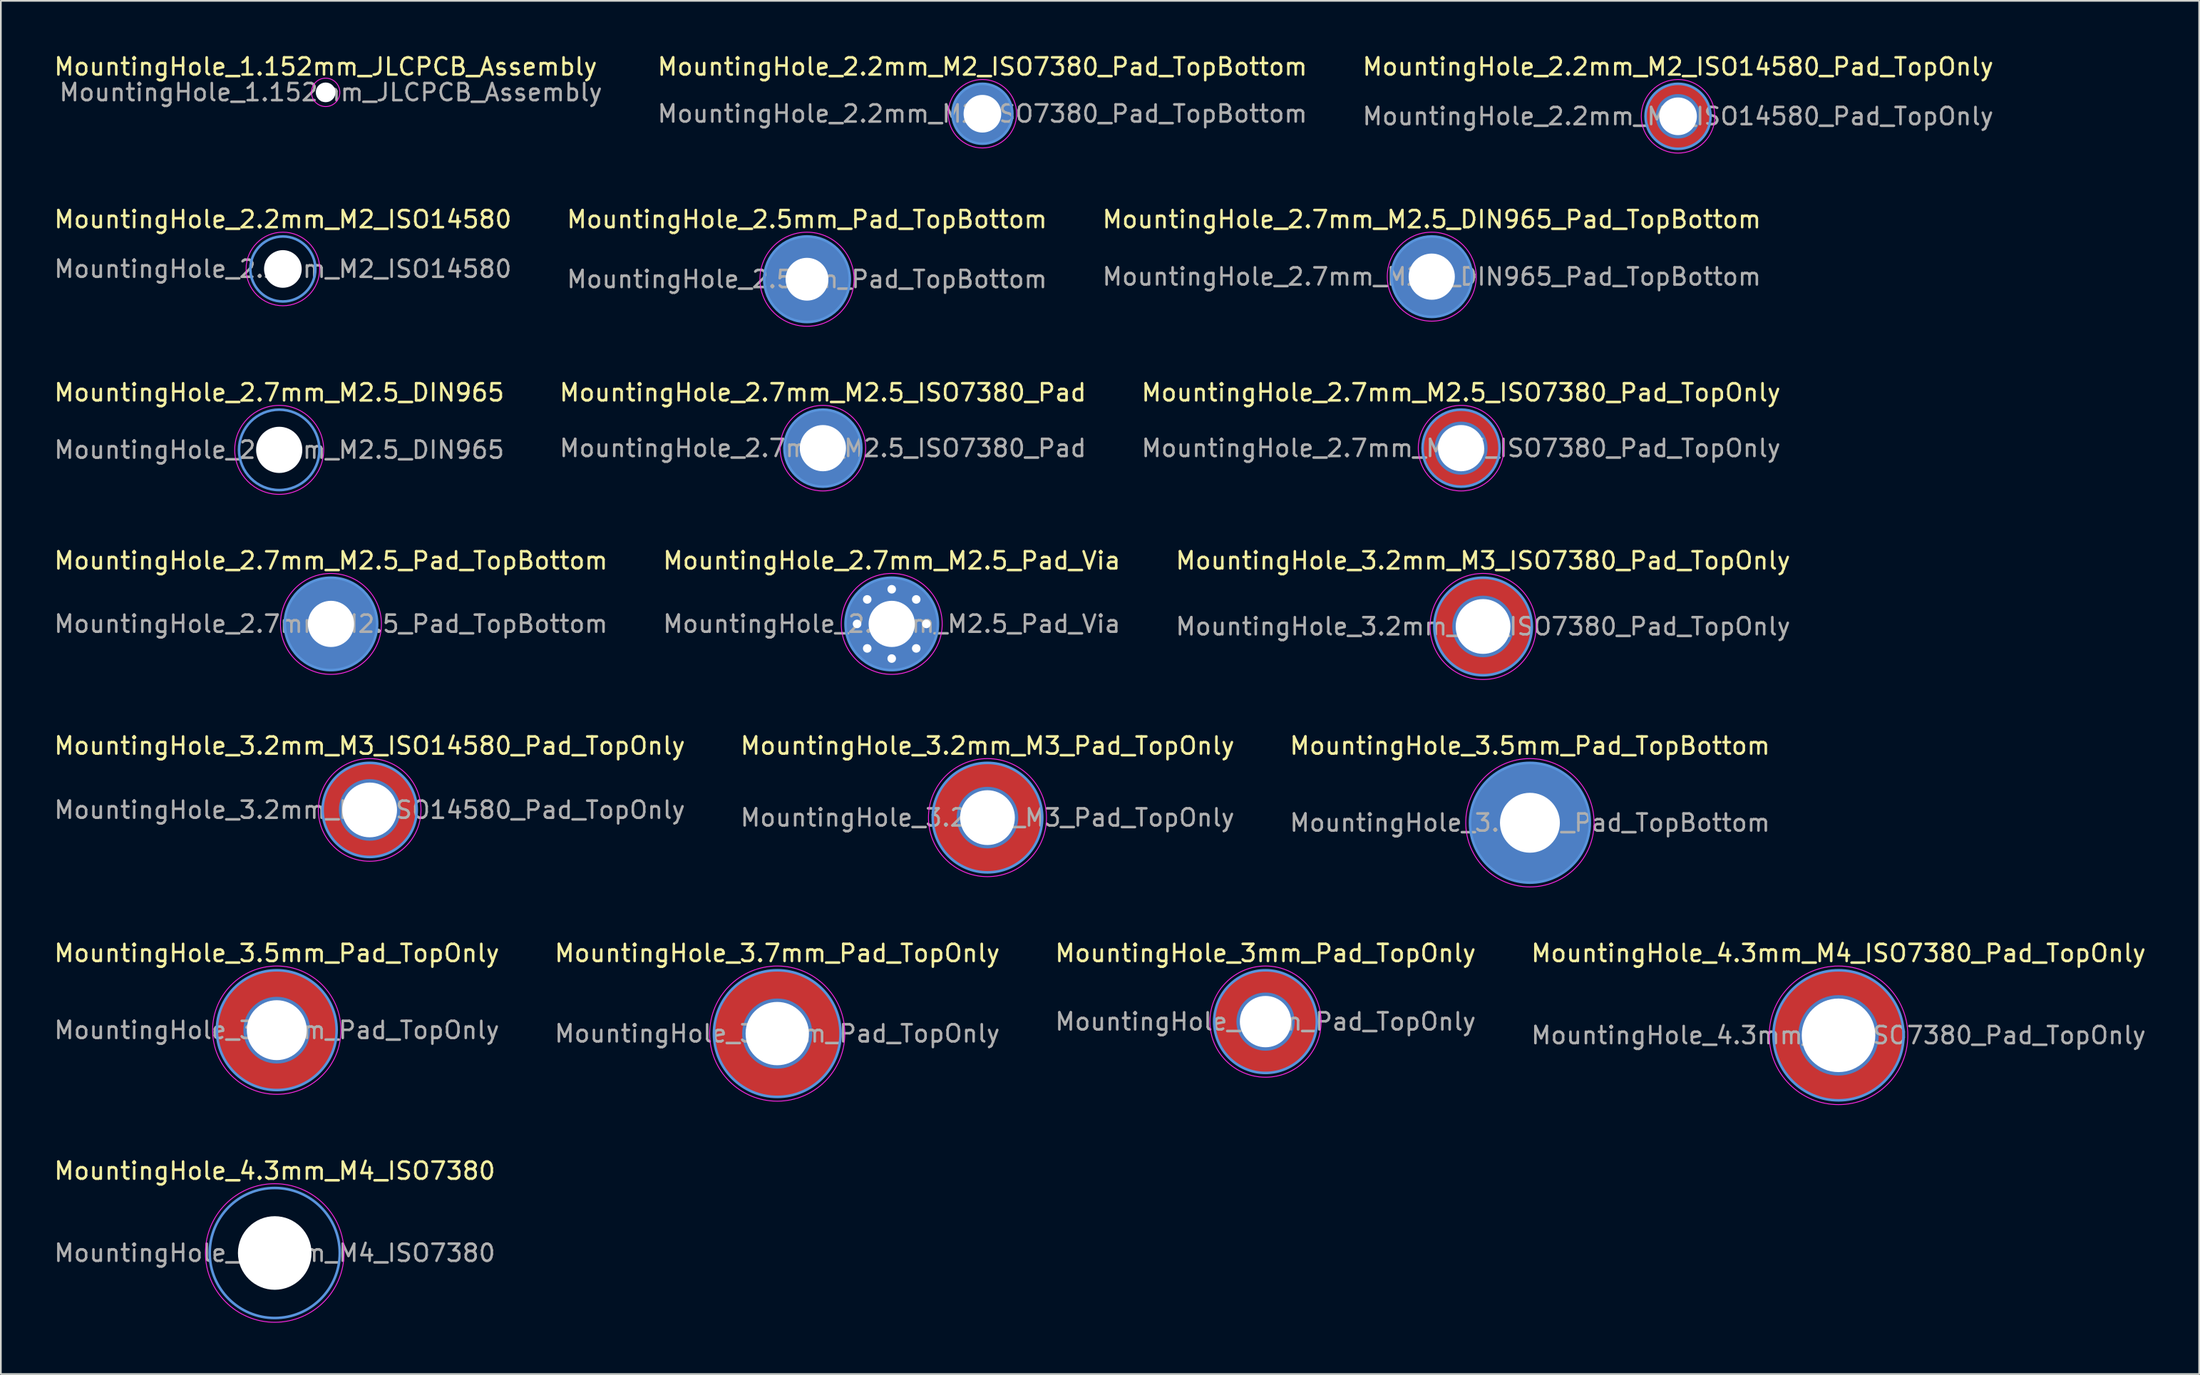
<source format=kicad_pcb>
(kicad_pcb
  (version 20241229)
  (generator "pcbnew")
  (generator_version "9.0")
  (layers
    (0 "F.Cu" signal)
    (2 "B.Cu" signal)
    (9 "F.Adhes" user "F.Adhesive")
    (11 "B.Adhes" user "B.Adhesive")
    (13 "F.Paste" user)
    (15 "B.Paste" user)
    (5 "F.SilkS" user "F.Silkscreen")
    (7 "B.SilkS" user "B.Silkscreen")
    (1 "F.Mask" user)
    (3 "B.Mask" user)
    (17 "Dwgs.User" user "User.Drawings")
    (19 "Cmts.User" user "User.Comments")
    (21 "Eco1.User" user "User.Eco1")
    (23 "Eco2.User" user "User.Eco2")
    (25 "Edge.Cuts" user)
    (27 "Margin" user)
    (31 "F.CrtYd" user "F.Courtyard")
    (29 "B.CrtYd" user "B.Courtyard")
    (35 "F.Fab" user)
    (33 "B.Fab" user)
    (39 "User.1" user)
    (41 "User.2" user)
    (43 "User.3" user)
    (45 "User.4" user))
  (footprint "MountingHole_2.7mm_M2.5_DIN965_Pad_TopBottom"
    (layer "F.Cu")
    (at 80.625 13.121)
    (property "Reference" "MountingHole_2.7mm_M2.5_DIN965_Pad_TopBottom" (at 0 -3.35 0) (layer "F.SilkS") (effects (font (size 1 1) (thickness 0.15))))
    (attr through_hole exclude_from_pos_files exclude_from_bom)
    (fp_circle (center 0 0) (end 2.35 0) (stroke (width 0.15) (type solid)) (fill no) (layer "Cmts.User"))
    (fp_circle (center 0 0) (end 2.6 0) (stroke (width 0.05) (type solid)) (fill no) (layer "F.CrtYd"))
    (fp_text user "${REFERENCE}" (at 0 0 0) (layer "F.Fab") (effects (font (size 1 1) (thickness 0.15))))
    (pad "" thru_hole circle (at 0 0) (size 3.1 3.1) (drill 2.7) (layers "*.Cu" "*.Mask"))
    (pad "" connect circle (at 0 0) (size 4.7 4.7) (layers "F.Cu" "F.Mask"))
    (pad "" connect circle (at 0 0) (size 4.7 4.7) (layers "B.Cu" "B.Mask")))
  (footprint "MountingHole_2.7mm_M2.5_Pad_TopBottom"
    (layer "F.Cu")
    (at 16.292 33.418)
    (property "Reference" "MountingHole_2.7mm_M2.5_Pad_TopBottom" (at 0 -3.7 0) (layer "F.SilkS") (effects (font (size 1 1) (thickness 0.15))))
    (attr exclude_from_pos_files exclude_from_bom)
    (fp_circle (center 0 0) (end 2.7 0) (stroke (width 0.15) (type solid)) (fill no) (layer "Cmts.User"))
    (fp_circle (center 0 0) (end 2.95 0) (stroke (width 0.05) (type solid)) (fill no) (layer "F.CrtYd"))
    (fp_text user "${REFERENCE}" (at 0 0 0) (layer "F.Fab") (effects (font (size 1 1) (thickness 0.15))))
    (pad "" thru_hole circle (at 0 0) (size 3.1 3.1) (drill 2.7) (layers "*.Cu" "*.Mask"))
    (pad "" connect circle (at 0 0) (size 5.4 5.4) (layers "F.Cu" "F.Mask"))
    (pad "" connect circle (at 0 0) (size 5.4 5.4) (layers "B.Cu" "B.Mask")))
  (footprint "MountingHole_3mm_Pad_TopOnly"
    (layer "F.Cu")
    (at 70.911 56.664)
    (property "Reference" "MountingHole_3mm_Pad_TopOnly" (at 0 -4 0) (layer "F.SilkS") (effects (font (size 1 1) (thickness 0.15))))
    (attr exclude_from_pos_files exclude_from_bom)
    (fp_circle (center 0 0) (end 3 0) (stroke (width 0.15) (type solid)) (fill no) (layer "Cmts.User"))
    (fp_circle (center 0 0) (end 3.25 0) (stroke (width 0.05) (type solid)) (fill no) (layer "F.CrtYd"))
    (fp_text user "${REFERENCE}" (at 0 0 0) (layer "F.Fab") (effects (font (size 1 1) (thickness 0.15))))
    (pad "1" thru_hole circle (at 0 0) (size 3.4 3.4) (drill 3) (layers "*.Cu" "*.Mask"))
    (pad "1" connect circle (at 0 0) (size 6 6) (layers "F.Cu" "F.Mask")))
  (footprint "MountingHole_2.2mm_M2_ISO14580_Pad_TopOnly"
    (layer "F.Cu")
    (at 95.02 3.748)
    (property "Reference" "MountingHole_2.2mm_M2_ISO14580_Pad_TopOnly" (at 0 -2.9 0) (layer "F.SilkS") (effects (font (size 1 1) (thickness 0.15))))
    (attr through_hole exclude_from_pos_files exclude_from_bom)
    (fp_circle (center 0 0) (end 1.9 0) (stroke (width 0.15) (type solid)) (fill no) (layer "Cmts.User"))
    (fp_circle (center 0 0) (end 2.15 0) (stroke (width 0.05) (type solid)) (fill no) (layer "F.CrtYd"))
    (fp_text user "${REFERENCE}" (at 0 0 0) (layer "F.Fab") (effects (font (size 1 1) (thickness 0.15))))
    (pad "" thru_hole circle (at 0 0) (size 2.6 2.6) (drill 2.2) (layers "*.Cu" "*.Mask"))
    (pad "" connect circle (at 0 0) (size 3.8 3.8) (layers "F.Cu" "F.Mask")))
  (footprint "MountingHole_3.7mm_Pad_TopOnly"
    (layer "F.Cu")
    (at 42.375 57.364)
    (property "Reference" "MountingHole_3.7mm_Pad_TopOnly" (at 0 -4.7 0) (layer "F.SilkS") (effects (font (size 1 1) (thickness 0.15))))
    (attr exclude_from_pos_files exclude_from_bom)
    (fp_circle (center 0 0) (end 3.7 0) (stroke (width 0.15) (type solid)) (fill no) (layer "Cmts.User"))
    (fp_circle (center 0 0) (end 3.95 0) (stroke (width 0.05) (type solid)) (fill no) (layer "F.CrtYd"))
    (fp_text user "${REFERENCE}" (at 0 0 0) (layer "F.Fab") (effects (font (size 1 1) (thickness 0.15))))
    (pad "" thru_hole circle (at 0 0) (size 4.1 4.1) (drill 3.7) (layers "*.Cu" "*.Mask"))
    (pad "" connect circle (at 0 0) (size 7.4 7.4) (layers "F.Cu" "F.Mask")))
  (footprint "MountingHole_3.2mm_M3_Pad_TopOnly"
    (layer "F.Cu")
    (at 54.661 44.741)
    (property "Reference" "MountingHole_3.2mm_M3_Pad_TopOnly" (at 0 -4.2 0) (layer "F.SilkS") (effects (font (size 1 1) (thickness 0.15))))
    (attr through_hole exclude_from_pos_files exclude_from_bom)
    (fp_circle (center 0 0) (end 3.2 0) (stroke (width 0.15) (type solid)) (fill no) (layer "Cmts.User"))
    (fp_circle (center 0 0) (end 3.45 0) (stroke (width 0.05) (type solid)) (fill no) (layer "F.CrtYd"))
    (fp_text user "${REFERENCE}" (at 0 0 0) (layer "F.Fab") (effects (font (size 1 1) (thickness 0.15))))
    (pad "" thru_hole circle (at 0 0) (size 3.6 3.6) (drill 3.2) (layers "*.Cu" "*.Mask"))
    (pad "" connect circle (at 0 0) (size 6.4 6.4) (layers "F.Cu" "F.Mask")))
  (footprint "MountingHole_3.2mm_M3_ISO14580_Pad_TopOnly"
    (layer "F.Cu")
    (at 18.554 44.291)
    (property "Reference" "MountingHole_3.2mm_M3_ISO14580_Pad_TopOnly" (at 0 -3.75 0) (layer "F.SilkS") (effects (font (size 1 1) (thickness 0.15))))
    (attr exclude_from_pos_files exclude_from_bom)
    (fp_circle (center 0 0) (end 2.75 0) (stroke (width 0.15) (type solid)) (fill no) (layer "Cmts.User"))
    (fp_circle (center 0 0) (end 3 0) (stroke (width 0.05) (type solid)) (fill no) (layer "F.CrtYd"))
    (fp_text user "${REFERENCE}" (at 0 0 0) (layer "F.Fab") (effects (font (size 1 1) (thickness 0.15))))
    (pad "" thru_hole circle (at 0 0) (size 3.6 3.6) (drill 3.2) (layers "*.Cu" "*.Mask"))
    (pad "" connect circle (at 0 0) (size 5.5 5.5) (layers "F.Cu" "F.Mask")))
  (footprint "MountingHole_4.3mm_M4_ISO7380_Pad_TopOnly"
    (layer "F.Cu")
    (at 104.399 57.465)
    (property "Reference" "MountingHole_4.3mm_M4_ISO7380_Pad_TopOnly" (at 0 -4.8 0) (layer "F.SilkS") (effects (font (size 1 1) (thickness 0.15))))
    (attr through_hole exclude_from_pos_files exclude_from_bom)
    (fp_circle (center 0 0) (end 3.8 0) (stroke (width 0.15) (type solid)) (fill no) (layer "Cmts.User"))
    (fp_circle (center 0 0) (end 4.05 0) (stroke (width 0.05) (type solid)) (fill no) (layer "F.CrtYd"))
    (fp_text user "${REFERENCE}" (at 0 0 0) (layer "F.Fab") (effects (font (size 1 1) (thickness 0.15))))
    (pad "" thru_hole circle (at 0 0) (size 4.7 4.7) (drill 4.3) (layers "*.Cu" "*.Mask"))
    (pad "" connect circle (at 0 0) (size 7.6 7.6) (layers "F.Cu" "F.Mask")))
  (footprint "MountingHole_2.7mm_M2.5_ISO7380_Pad"
    (layer "F.Cu")
    (at 45.042 23.145)
    (property "Reference" "MountingHole_2.7mm_M2.5_ISO7380_Pad" (at 0 -3.25 0) (layer "F.SilkS") (effects (font (size 1 1) (thickness 0.15))))
    (attr exclude_from_pos_files exclude_from_bom)
    (fp_circle (center 0 0) (end 2.25 0) (stroke (width 0.15) (type solid)) (fill no) (layer "Cmts.User"))
    (fp_circle (center 0 0) (end 2.5 0) (stroke (width 0.05) (type solid)) (fill no) (layer "F.CrtYd"))
    (fp_text user "${REFERENCE}" (at 0 0 0) (layer "F.Fab") (effects (font (size 1 1) (thickness 0.15))))
    (pad "1" thru_hole circle (at 0 0) (size 4.5 4.5) (drill 2.7) (layers "*.Cu" "*.Mask")))
  (footprint "MountingHole_2.2mm_M2_ISO7380_Pad_TopBottom"
    (layer "F.Cu")
    (at 54.365 3.598)
    (property "Reference" "MountingHole_2.2mm_M2_ISO7380_Pad_TopBottom" (at 0 -2.75 0) (layer "F.SilkS") (effects (font (size 1 1) (thickness 0.15))))
    (attr exclude_from_pos_files exclude_from_bom)
    (fp_circle (center 0 0) (end 1.75 0) (stroke (width 0.15) (type solid)) (fill no) (layer "Cmts.User"))
    (fp_circle (center 0 0) (end 2 0) (stroke (width 0.05) (type solid)) (fill no) (layer "F.CrtYd"))
    (fp_text user "${REFERENCE}" (at 0 0 0) (layer "F.Fab") (effects (font (size 1 1) (thickness 0.15))))
    (pad "" thru_hole circle (at 0 0) (size 2.6 2.6) (drill 2.2) (layers "*.Cu" "*.Mask"))
    (pad "" connect circle (at 0 0) (size 3.5 3.5) (layers "F.Cu" "F.Mask"))
    (pad "" connect circle (at 0 0) (size 3.5 3.5) (layers "B.Cu" "B.Mask")))
  (footprint "MountingHole_2.2mm_M2_ISO14580"
    (layer "F.Cu")
    (at 13.482 12.671)
    (property "Reference" "MountingHole_2.2mm_M2_ISO14580" (at 0 -2.9 0) (layer "F.SilkS") (effects (font (size 1 1) (thickness 0.15))))
    (attr exclude_from_pos_files exclude_from_bom)
    (fp_circle (center 0 0) (end 1.9 0) (stroke (width 0.15) (type solid)) (fill no) (layer "Cmts.User"))
    (fp_circle (center 0 0) (end 2.15 0) (stroke (width 0.05) (type solid)) (fill no) (layer "F.CrtYd"))
    (fp_text user "${REFERENCE}" (at 0 0 0) (layer "F.Fab") (effects (font (size 1 1) (thickness 0.15))))
    (pad "" np_thru_hole circle (at 0 0) (size 2.2 2.2) (drill 2.2) (layers "*.Cu" "*.Mask")))
  (footprint "MountingHole_2.7mm_M2.5_Pad_Via"
    (layer "F.Cu")
    (at 49.065 33.418)
    (property "Reference" "MountingHole_2.7mm_M2.5_Pad_Via" (at 0 -3.7 0) (layer "F.SilkS") (effects (font (size 1 1) (thickness 0.15))))
    (attr through_hole exclude_from_pos_files exclude_from_bom)
    (fp_circle (center 0 0) (end 2.7 0) (stroke (width 0.15) (type solid)) (fill no) (layer "Cmts.User"))
    (fp_circle (center 0 0) (end 2.95 0) (stroke (width 0.05) (type solid)) (fill no) (layer "F.CrtYd"))
    (fp_text user "${REFERENCE}" (at 0 0 0) (layer "F.Fab") (effects (font (size 1 1) (thickness 0.15))))
    (pad "" thru_hole circle (at -2.025 0) (size 0.8 0.8) (drill 0.5) (layers "*.Cu" "*.Mask"))
    (pad "" thru_hole circle (at -1.432 -1.432) (size 0.8 0.8) (drill 0.5) (layers "*.Cu" "*.Mask"))
    (pad "" thru_hole circle (at -1.432 1.432) (size 0.8 0.8) (drill 0.5) (layers "*.Cu" "*.Mask"))
    (pad "" thru_hole circle (at 0 -2.025) (size 0.8 0.8) (drill 0.5) (layers "*.Cu" "*.Mask"))
    (pad "" thru_hole circle (at 0 0) (size 5.4 5.4) (drill 2.7) (layers "*.Cu" "*.Mask"))
    (pad "" thru_hole circle (at 0 2.025) (size 0.8 0.8) (drill 0.5) (layers "*.Cu" "*.Mask"))
    (pad "" thru_hole circle (at 1.432 -1.432) (size 0.8 0.8) (drill 0.5) (layers "*.Cu" "*.Mask"))
    (pad "" thru_hole circle (at 1.432 1.432) (size 0.8 0.8) (drill 0.5) (layers "*.Cu" "*.Mask"))
    (pad "" thru_hole circle (at 2.025 0) (size 0.8 0.8) (drill 0.5) (layers "*.Cu" "*.Mask")))
  (footprint "MountingHole_3.5mm_Pad_TopBottom"
    (layer "F.Cu")
    (at 86.363 45.041)
    (property "Reference" "MountingHole_3.5mm_Pad_TopBottom" (at 0 -4.5 0) (layer "F.SilkS") (effects (font (size 1 1) (thickness 0.15))))
    (attr exclude_from_pos_files exclude_from_bom)
    (fp_circle (center 0 0) (end 3.5 0) (stroke (width 0.15) (type solid)) (fill no) (layer "Cmts.User"))
    (fp_circle (center 0 0) (end 3.75 0) (stroke (width 0.05) (type solid)) (fill no) (layer "F.CrtYd"))
    (fp_text user "${REFERENCE}" (at 0 0 0) (layer "F.Fab") (effects (font (size 1 1) (thickness 0.15))))
    (pad "1" thru_hole circle (at 0 0) (size 3.9 3.9) (drill 3.5) (layers "*.Cu" "*.Mask"))
    (pad "1" connect circle (at 0 0) (size 7 7) (layers "F.Cu" "F.Mask"))
    (pad "1" connect circle (at 0 0) (size 7 7) (layers "B.Cu" "B.Mask")))
  (footprint "MountingHole_1.152mm_JLCPCB_Assembly"
    (layer "F.Cu")
    (at 15.982 2.348)
    (property "Reference" "MountingHole_1.152mm_JLCPCB_Assembly" (at 0 -1.5 0) (layer "F.SilkS") (effects (font (size 1 1) (thickness 0.15))))
    (attr exclude_from_pos_files exclude_from_bom)
    (fp_circle (center 0 0) (end 0.83 0) (stroke (width 0.05) (type solid)) (fill no) (layer "F.CrtYd"))
    (fp_text user "${REFERENCE}" (at 0.3 0 0) (layer "F.Fab") (effects (font (size 1 1) (thickness 0.15))))
    (pad "" np_thru_hole circle (at 0 0) (size 1.152 1.152) (drill 1.152) (layers "*.Cu" "*.Mask")))
  (footprint "MountingHole_2.7mm_M2.5_ISO7380_Pad_TopOnly"
    (layer "F.Cu")
    (at 82.339 23.145)
    (property "Reference" "MountingHole_2.7mm_M2.5_ISO7380_Pad_TopOnly" (at 0 -3.25 0) (layer "F.SilkS") (effects (font (size 1 1) (thickness 0.15))))
    (attr exclude_from_pos_files exclude_from_bom)
    (fp_circle (center 0 0) (end 2.25 0) (stroke (width 0.15) (type solid)) (fill no) (layer "Cmts.User"))
    (fp_circle (center 0 0) (end 2.5 0) (stroke (width 0.05) (type solid)) (fill no) (layer "F.CrtYd"))
    (fp_text user "${REFERENCE}" (at 0 0 0) (layer "F.Fab") (effects (font (size 1 1) (thickness 0.15))))
    (pad "1" thru_hole circle (at 0 0) (size 3.1 3.1) (drill 2.7) (layers "*.Cu" "*.Mask"))
    (pad "1" connect circle (at 0 0) (size 4.5 4.5) (layers "F.Cu" "F.Mask")))
  (footprint "MountingHole_2.7mm_M2.5_DIN965"
    (layer "F.Cu")
    (at 13.268 23.245)
    (property "Reference" "MountingHole_2.7mm_M2.5_DIN965" (at 0 -3.35 0) (layer "F.SilkS") (effects (font (size 1 1) (thickness 0.15))))
    (attr through_hole exclude_from_pos_files exclude_from_bom)
    (fp_circle (center 0 0) (end 2.35 0) (stroke (width 0.15) (type solid)) (fill no) (layer "Cmts.User"))
    (fp_circle (center 0 0) (end 2.6 0) (stroke (width 0.05) (type solid)) (fill no) (layer "F.CrtYd"))
    (fp_text user "${REFERENCE}" (at 0 0 0) (layer "F.Fab") (effects (font (size 1 1) (thickness 0.15))))
    (pad "" np_thru_hole circle (at 0 0) (size 2.7 2.7) (drill 2.7) (layers "*.Cu" "*.Mask")))
  (footprint "MountingHole_4.3mm_M4_ISO7380"
    (layer "F.Cu")
    (at 13.006 70.188)
    (property "Reference" "MountingHole_4.3mm_M4_ISO7380" (at 0 -4.8 0) (layer "F.SilkS") (effects (font (size 1 1) (thickness 0.15))))
    (attr exclude_from_pos_files exclude_from_bom)
    (fp_circle (center 0 0) (end 3.8 0) (stroke (width 0.15) (type solid)) (fill no) (layer "Cmts.User"))
    (fp_circle (center 0 0) (end 4.05 0) (stroke (width 0.05) (type solid)) (fill no) (layer "F.CrtYd"))
    (fp_text user "${REFERENCE}" (at 0 0 0) (layer "F.Fab") (effects (font (size 1 1) (thickness 0.15))))
    (pad "" np_thru_hole circle (at 0 0) (size 4.3 4.3) (drill 4.3) (layers "*.Cu" "*.Mask")))
  (footprint "MountingHole_3.2mm_M3_ISO7380_Pad_TopOnly"
    (layer "F.Cu")
    (at 83.625 33.568)
    (property "Reference" "MountingHole_3.2mm_M3_ISO7380_Pad_TopOnly" (at 0 -3.85 0) (layer "F.SilkS") (effects (font (size 1 1) (thickness 0.15))))
    (attr exclude_from_pos_files exclude_from_bom)
    (fp_circle (center 0 0) (end 2.85 0) (stroke (width 0.15) (type solid)) (fill no) (layer "Cmts.User"))
    (fp_circle (center 0 0) (end 3.1 0) (stroke (width 0.05) (type solid)) (fill no) (layer "F.CrtYd"))
    (fp_text user "${REFERENCE}" (at 0 0 0) (layer "F.Fab") (effects (font (size 1 1) (thickness 0.15))))
    (pad "1" thru_hole circle (at 0 0) (size 3.6 3.6) (drill 3.2) (layers "*.Cu" "*.Mask"))
    (pad "1" connect circle (at 0 0) (size 5.7 5.7) (layers "F.Cu" "F.Mask")))
  (footprint "MountingHole_2.5mm_Pad_TopBottom"
    (layer "F.Cu")
    (at 44.113 13.271)
    (property "Reference" "MountingHole_2.5mm_Pad_TopBottom" (at 0 -3.5 0) (layer "F.SilkS") (effects (font (size 1 1) (thickness 0.15))))
    (attr exclude_from_pos_files exclude_from_bom)
    (fp_circle (center 0 0) (end 2.5 0) (stroke (width 0.15) (type solid)) (fill no) (layer "Cmts.User"))
    (fp_circle (center 0 0) (end 2.75 0) (stroke (width 0.05) (type solid)) (fill no) (layer "F.CrtYd"))
    (fp_text user "${REFERENCE}" (at 0 0 0) (layer "F.Fab") (effects (font (size 1 1) (thickness 0.15))))
    (pad "" thru_hole circle (at 0 0) (size 2.9 2.9) (drill 2.5) (layers "*.Cu" "*.Mask"))
    (pad "" connect circle (at 0 0) (size 5 5) (layers "F.Cu" "F.Mask"))
    (pad "" connect circle (at 0 0) (size 5 5) (layers "B.Cu" "B.Mask")))
  (footprint "MountingHole_3.5mm_Pad_TopOnly"
    (layer "F.Cu")
    (at 13.125 57.164)
    (property "Reference" "MountingHole_3.5mm_Pad_TopOnly" (at 0 -4.5 0) (layer "F.SilkS") (effects (font (size 1 1) (thickness 0.15))))
    (attr through_hole exclude_from_pos_files exclude_from_bom)
    (fp_circle (center 0 0) (end 3.5 0) (stroke (width 0.15) (type solid)) (fill no) (layer "Cmts.User"))
    (fp_circle (center 0 0) (end 3.75 0) (stroke (width 0.05) (type solid)) (fill no) (layer "F.CrtYd"))
    (fp_text user "${REFERENCE}" (at 0 0 0) (layer "F.Fab") (effects (font (size 1 1) (thickness 0.15))))
    (pad "" thru_hole circle (at 0 0) (size 3.9 3.9) (drill 3.5) (layers "*.Cu" "*.Mask"))
    (pad "" connect circle (at 0 0) (size 7 7) (layers "F.Cu" "F.Mask")))
  (gr_rect
    (start -3 -3)
    (end 125.476 77.263)
    (stroke (width 0.1) (type default))
    (fill no)
    (layer "Edge.Cuts")))
</source>
